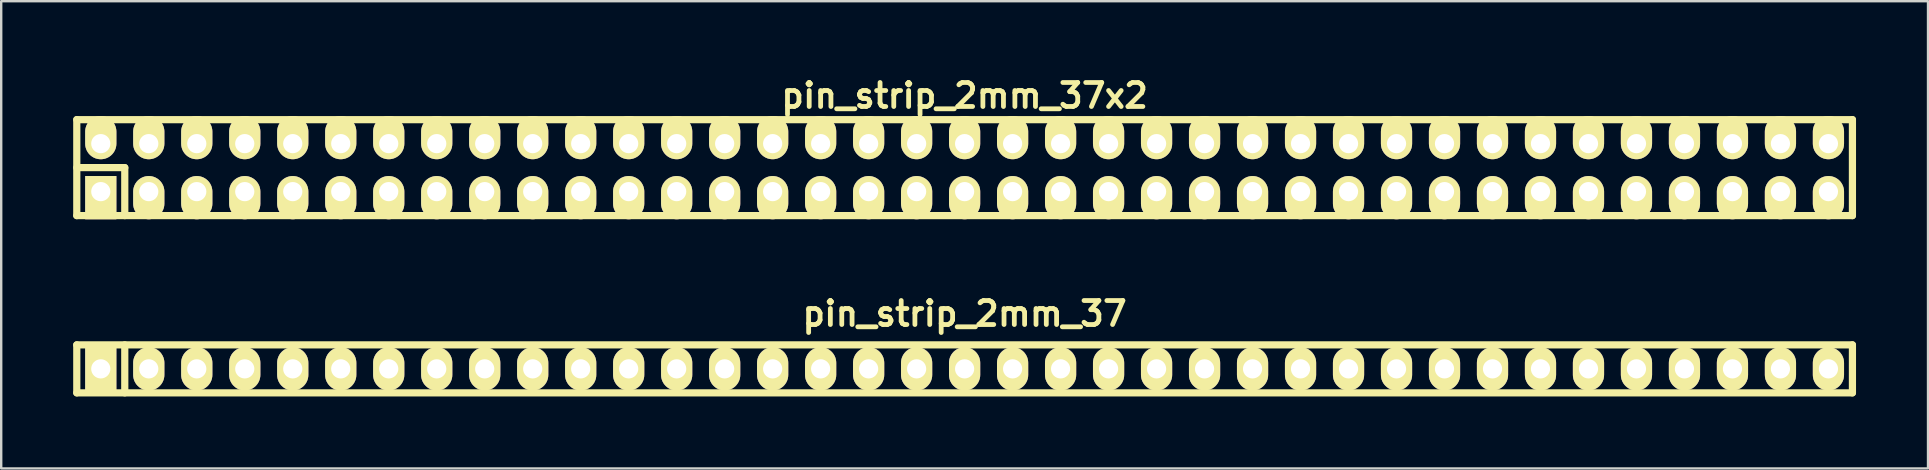
<source format=kicad_pcb>
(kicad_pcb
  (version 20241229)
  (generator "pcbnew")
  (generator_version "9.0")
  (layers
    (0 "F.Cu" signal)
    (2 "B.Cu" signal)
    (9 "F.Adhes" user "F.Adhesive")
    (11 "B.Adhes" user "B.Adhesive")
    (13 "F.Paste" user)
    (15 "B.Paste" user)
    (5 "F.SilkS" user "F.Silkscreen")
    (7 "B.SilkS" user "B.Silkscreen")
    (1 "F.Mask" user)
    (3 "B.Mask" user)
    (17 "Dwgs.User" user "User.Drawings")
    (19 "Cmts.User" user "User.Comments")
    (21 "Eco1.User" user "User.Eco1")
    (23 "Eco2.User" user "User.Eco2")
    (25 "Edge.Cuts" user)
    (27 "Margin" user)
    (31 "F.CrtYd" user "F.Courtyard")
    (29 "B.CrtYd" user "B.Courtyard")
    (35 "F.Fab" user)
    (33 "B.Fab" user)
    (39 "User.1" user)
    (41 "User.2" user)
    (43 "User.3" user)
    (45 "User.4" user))
  (footprint "pin_strip_2mm_37"
    (layer "F.Cu")
    (at 37.15 12.322)
    (property "Reference" "pin_strip_2mm_37" (at 0 -2.3 0) (layer "F.SilkS") (effects (font (size 1 1) (thickness 0.2))))
    (attr through_hole)
    (fp_line (start -37 -1) (end 37 -1) (stroke (width 0.3) (type solid)) (layer "F.SilkS"))
    (fp_line (start -37 1) (end -37 -1) (stroke (width 0.3) (type solid)) (layer "F.SilkS"))
    (fp_line (start -35 -1) (end -35 1) (stroke (width 0.3) (type solid)) (layer "F.SilkS"))
    (fp_line (start 37 -1) (end 37 1) (stroke (width 0.3) (type solid)) (layer "F.SilkS"))
    (fp_line (start 37 1) (end -37 1) (stroke (width 0.3) (type solid)) (layer "F.SilkS"))
    (pad "1" thru_hole rect (at -36 0) (size 1.3 1.8) (drill 0.8) (layers "*.Cu" "*.Mask" "F.SilkS"))
    (pad "2" thru_hole oval (at -34 0) (size 1.3 1.8) (drill 0.8) (layers "*.Cu" "*.Mask" "F.SilkS"))
    (pad "3" thru_hole oval (at -32 0) (size 1.3 1.8) (drill 0.8) (layers "*.Cu" "*.Mask" "F.SilkS"))
    (pad "4" thru_hole oval (at -30 0) (size 1.3 1.8) (drill 0.8) (layers "*.Cu" "*.Mask" "F.SilkS"))
    (pad "5" thru_hole oval (at -28 0) (size 1.3 1.8) (drill 0.8) (layers "*.Cu" "*.Mask" "F.SilkS"))
    (pad "6" thru_hole oval (at -26 0) (size 1.3 1.8) (drill 0.8) (layers "*.Cu" "*.Mask" "F.SilkS"))
    (pad "7" thru_hole oval (at -24 0) (size 1.3 1.8) (drill 0.8) (layers "*.Cu" "*.Mask" "F.SilkS"))
    (pad "8" thru_hole oval (at -22 0) (size 1.3 1.8) (drill 0.8) (layers "*.Cu" "*.Mask" "F.SilkS"))
    (pad "9" thru_hole oval (at -20 0) (size 1.3 1.8) (drill 0.8) (layers "*.Cu" "*.Mask" "F.SilkS"))
    (pad "10" thru_hole oval (at -18 0) (size 1.3 1.8) (drill 0.8) (layers "*.Cu" "*.Mask" "F.SilkS"))
    (pad "11" thru_hole oval (at -16 0) (size 1.3 1.8) (drill 0.8) (layers "*.Cu" "*.Mask" "F.SilkS"))
    (pad "12" thru_hole oval (at -14 0) (size 1.3 1.8) (drill 0.8) (layers "*.Cu" "*.Mask" "F.SilkS"))
    (pad "13" thru_hole oval (at -12 0) (size 1.3 1.8) (drill 0.8) (layers "*.Cu" "*.Mask" "F.SilkS"))
    (pad "14" thru_hole oval (at -10 0) (size 1.3 1.8) (drill 0.8) (layers "*.Cu" "*.Mask" "F.SilkS"))
    (pad "15" thru_hole oval (at -8 0) (size 1.3 1.8) (drill 0.8) (layers "*.Cu" "*.Mask" "F.SilkS"))
    (pad "16" thru_hole oval (at -6 0) (size 1.3 1.8) (drill 0.8) (layers "*.Cu" "*.Mask" "F.SilkS"))
    (pad "17" thru_hole oval (at -4 0) (size 1.3 1.8) (drill 0.8) (layers "*.Cu" "*.Mask" "F.SilkS"))
    (pad "18" thru_hole oval (at -2 0) (size 1.3 1.8) (drill 0.8) (layers "*.Cu" "*.Mask" "F.SilkS"))
    (pad "19" thru_hole oval (at 0 0) (size 1.3 1.8) (drill 0.8) (layers "*.Cu" "*.Mask" "F.SilkS"))
    (pad "20" thru_hole oval (at 2 0) (size 1.3 1.8) (drill 0.8) (layers "*.Cu" "*.Mask" "F.SilkS"))
    (pad "21" thru_hole oval (at 4 0) (size 1.3 1.8) (drill 0.8) (layers "*.Cu" "*.Mask" "F.SilkS"))
    (pad "22" thru_hole oval (at 6 0) (size 1.3 1.8) (drill 0.8) (layers "*.Cu" "*.Mask" "F.SilkS"))
    (pad "23" thru_hole oval (at 8 0) (size 1.3 1.8) (drill 0.8) (layers "*.Cu" "*.Mask" "F.SilkS"))
    (pad "24" thru_hole oval (at 10 0) (size 1.3 1.8) (drill 0.8) (layers "*.Cu" "*.Mask" "F.SilkS"))
    (pad "25" thru_hole oval (at 12 0) (size 1.3 1.8) (drill 0.8) (layers "*.Cu" "*.Mask" "F.SilkS"))
    (pad "26" thru_hole oval (at 14 0) (size 1.3 1.8) (drill 0.8) (layers "*.Cu" "*.Mask" "F.SilkS"))
    (pad "27" thru_hole oval (at 16 0) (size 1.3 1.8) (drill 0.8) (layers "*.Cu" "*.Mask" "F.SilkS"))
    (pad "28" thru_hole oval (at 18 0) (size 1.3 1.8) (drill 0.8) (layers "*.Cu" "*.Mask" "F.SilkS"))
    (pad "29" thru_hole oval (at 20 0) (size 1.3 1.8) (drill 0.8) (layers "*.Cu" "*.Mask" "F.SilkS"))
    (pad "30" thru_hole oval (at 22 0) (size 1.3 1.8) (drill 0.8) (layers "*.Cu" "*.Mask" "F.SilkS"))
    (pad "31" thru_hole oval (at 24 0) (size 1.3 1.8) (drill 0.8) (layers "*.Cu" "*.Mask" "F.SilkS"))
    (pad "32" thru_hole oval (at 26 0) (size 1.3 1.8) (drill 0.8) (layers "*.Cu" "*.Mask" "F.SilkS"))
    (pad "33" thru_hole oval (at 28 0) (size 1.3 1.8) (drill 0.8) (layers "*.Cu" "*.Mask" "F.SilkS"))
    (pad "34" thru_hole oval (at 30 0) (size 1.3 1.8) (drill 0.8) (layers "*.Cu" "*.Mask" "F.SilkS"))
    (pad "35" thru_hole oval (at 32 0) (size 1.3 1.8) (drill 0.8) (layers "*.Cu" "*.Mask" "F.SilkS"))
    (pad "36" thru_hole oval (at 34 0) (size 1.3 1.8) (drill 0.8) (layers "*.Cu" "*.Mask" "F.SilkS"))
    (pad "37" thru_hole oval (at 36 0) (size 1.3 1.8) (drill 0.8) (layers "*.Cu" "*.Mask" "F.SilkS")))
  (footprint "pin_strip_2mm_37x2"
    (layer "F.Cu")
    (at 37.15 3.936)
    (property "Reference" "pin_strip_2mm_37x2" (at 0 -3 0) (layer "F.SilkS") (effects (font (size 1 1) (thickness 0.2))))
    (attr through_hole)
    (fp_line (start -37 -2) (end 37 -2) (stroke (width 0.3) (type solid)) (layer "F.SilkS"))
    (fp_line (start -37 0) (end -35 0) (stroke (width 0.3) (type solid)) (layer "F.SilkS"))
    (fp_line (start -37 2) (end -37 -2) (stroke (width 0.3) (type solid)) (layer "F.SilkS"))
    (fp_line (start -35 0) (end -35 2) (stroke (width 0.3) (type solid)) (layer "F.SilkS"))
    (fp_line (start 37 -2) (end 37 2) (stroke (width 0.3) (type solid)) (layer "F.SilkS"))
    (fp_line (start 37 2) (end -37 2) (stroke (width 0.3) (type solid)) (layer "F.SilkS"))
    (pad "1" thru_hole rect (at -36 1) (size 1.3 1.8) (drill 0.8 (offset 0 0.25)) (layers "*.Cu" "*.Mask" "F.SilkS"))
    (pad "2" thru_hole oval (at -36 -1) (size 1.3 1.8) (drill 0.8 (offset 0 -0.25)) (layers "*.Cu" "*.Mask" "F.SilkS"))
    (pad "3" thru_hole oval (at -34 1) (size 1.3 1.8) (drill 0.8 (offset 0 0.25)) (layers "*.Cu" "*.Mask" "F.SilkS"))
    (pad "4" thru_hole oval (at -34 -1) (size 1.3 1.8) (drill 0.8 (offset 0 -0.25)) (layers "*.Cu" "*.Mask" "F.SilkS"))
    (pad "5" thru_hole oval (at -32 1) (size 1.3 1.8) (drill 0.8 (offset 0 0.25)) (layers "*.Cu" "*.Mask" "F.SilkS"))
    (pad "6" thru_hole oval (at -32 -1) (size 1.3 1.8) (drill 0.8 (offset 0 -0.25)) (layers "*.Cu" "*.Mask" "F.SilkS"))
    (pad "7" thru_hole oval (at -30 1) (size 1.3 1.8) (drill 0.8 (offset 0 0.25)) (layers "*.Cu" "*.Mask" "F.SilkS"))
    (pad "8" thru_hole oval (at -30 -1) (size 1.3 1.8) (drill 0.8 (offset 0 -0.25)) (layers "*.Cu" "*.Mask" "F.SilkS"))
    (pad "9" thru_hole oval (at -28 1) (size 1.3 1.8) (drill 0.8 (offset 0 0.25)) (layers "*.Cu" "*.Mask" "F.SilkS"))
    (pad "10" thru_hole oval (at -28 -1) (size 1.3 1.8) (drill 0.8 (offset 0 -0.25)) (layers "*.Cu" "*.Mask" "F.SilkS"))
    (pad "11" thru_hole oval (at -26 1) (size 1.3 1.8) (drill 0.8 (offset 0 0.25)) (layers "*.Cu" "*.Mask" "F.SilkS"))
    (pad "12" thru_hole oval (at -26 -1) (size 1.3 1.8) (drill 0.8 (offset 0 -0.25)) (layers "*.Cu" "*.Mask" "F.SilkS"))
    (pad "13" thru_hole oval (at -24 1) (size 1.3 1.8) (drill 0.8 (offset 0 0.25)) (layers "*.Cu" "*.Mask" "F.SilkS"))
    (pad "14" thru_hole oval (at -24 -1) (size 1.3 1.8) (drill 0.8 (offset 0 -0.25)) (layers "*.Cu" "*.Mask" "F.SilkS"))
    (pad "15" thru_hole oval (at -22 1) (size 1.3 1.8) (drill 0.8 (offset 0 0.25)) (layers "*.Cu" "*.Mask" "F.SilkS"))
    (pad "16" thru_hole oval (at -22 -1) (size 1.3 1.8) (drill 0.8 (offset 0 -0.25)) (layers "*.Cu" "*.Mask" "F.SilkS"))
    (pad "17" thru_hole oval (at -20 1) (size 1.3 1.8) (drill 0.8 (offset 0 0.25)) (layers "*.Cu" "*.Mask" "F.SilkS"))
    (pad "18" thru_hole oval (at -20 -1) (size 1.3 1.8) (drill 0.8 (offset 0 -0.25)) (layers "*.Cu" "*.Mask" "F.SilkS"))
    (pad "19" thru_hole oval (at -18 1) (size 1.3 1.8) (drill 0.8 (offset 0 0.25)) (layers "*.Cu" "*.Mask" "F.SilkS"))
    (pad "20" thru_hole oval (at -18 -1) (size 1.3 1.8) (drill 0.8 (offset 0 -0.25)) (layers "*.Cu" "*.Mask" "F.SilkS"))
    (pad "21" thru_hole oval (at -16 1) (size 1.3 1.8) (drill 0.8 (offset 0 0.25)) (layers "*.Cu" "*.Mask" "F.SilkS"))
    (pad "22" thru_hole oval (at -16 -1) (size 1.3 1.8) (drill 0.8 (offset 0 -0.25)) (layers "*.Cu" "*.Mask" "F.SilkS"))
    (pad "23" thru_hole oval (at -14 1) (size 1.3 1.8) (drill 0.8 (offset 0 0.25)) (layers "*.Cu" "*.Mask" "F.SilkS"))
    (pad "24" thru_hole oval (at -14 -1) (size 1.3 1.8) (drill 0.8 (offset 0 -0.25)) (layers "*.Cu" "*.Mask" "F.SilkS"))
    (pad "25" thru_hole oval (at -12 1) (size 1.3 1.8) (drill 0.8 (offset 0 0.25)) (layers "*.Cu" "*.Mask" "F.SilkS"))
    (pad "26" thru_hole oval (at -12 -1) (size 1.3 1.8) (drill 0.8 (offset 0 -0.25)) (layers "*.Cu" "*.Mask" "F.SilkS"))
    (pad "27" thru_hole oval (at -10 1) (size 1.3 1.8) (drill 0.8 (offset 0 0.25)) (layers "*.Cu" "*.Mask" "F.SilkS"))
    (pad "28" thru_hole oval (at -10 -1) (size 1.3 1.8) (drill 0.8 (offset 0 -0.25)) (layers "*.Cu" "*.Mask" "F.SilkS"))
    (pad "29" thru_hole oval (at -8 1) (size 1.3 1.8) (drill 0.8 (offset 0 0.25)) (layers "*.Cu" "*.Mask" "F.SilkS"))
    (pad "30" thru_hole oval (at -8 -1) (size 1.3 1.8) (drill 0.8 (offset 0 -0.25)) (layers "*.Cu" "*.Mask" "F.SilkS"))
    (pad "31" thru_hole oval (at -6 1) (size 1.3 1.8) (drill 0.8 (offset 0 0.25)) (layers "*.Cu" "*.Mask" "F.SilkS"))
    (pad "32" thru_hole oval (at -6 -1) (size 1.3 1.8) (drill 0.8 (offset 0 -0.25)) (layers "*.Cu" "*.Mask" "F.SilkS"))
    (pad "33" thru_hole oval (at -4 1) (size 1.3 1.8) (drill 0.8 (offset 0 0.25)) (layers "*.Cu" "*.Mask" "F.SilkS"))
    (pad "34" thru_hole oval (at -4 -1) (size 1.3 1.8) (drill 0.8 (offset 0 -0.25)) (layers "*.Cu" "*.Mask" "F.SilkS"))
    (pad "35" thru_hole oval (at -2 1) (size 1.3 1.8) (drill 0.8 (offset 0 0.25)) (layers "*.Cu" "*.Mask" "F.SilkS"))
    (pad "36" thru_hole oval (at -2 -1) (size 1.3 1.8) (drill 0.8 (offset 0 -0.25)) (layers "*.Cu" "*.Mask" "F.SilkS"))
    (pad "37" thru_hole oval (at 0 1) (size 1.3 1.8) (drill 0.8 (offset 0 0.25)) (layers "*.Cu" "*.Mask" "F.SilkS"))
    (pad "38" thru_hole oval (at 0 -1) (size 1.3 1.8) (drill 0.8 (offset 0 -0.25)) (layers "*.Cu" "*.Mask" "F.SilkS"))
    (pad "39" thru_hole oval (at 2 1) (size 1.3 1.8) (drill 0.8 (offset 0 0.25)) (layers "*.Cu" "*.Mask" "F.SilkS"))
    (pad "40" thru_hole oval (at 2 -1) (size 1.3 1.8) (drill 0.8 (offset 0 -0.25)) (layers "*.Cu" "*.Mask" "F.SilkS"))
    (pad "41" thru_hole oval (at 4 1) (size 1.3 1.8) (drill 0.8 (offset 0 0.25)) (layers "*.Cu" "*.Mask" "F.SilkS"))
    (pad "42" thru_hole oval (at 4 -1) (size 1.3 1.8) (drill 0.8 (offset 0 -0.25)) (layers "*.Cu" "*.Mask" "F.SilkS"))
    (pad "43" thru_hole oval (at 6 1) (size 1.3 1.8) (drill 0.8 (offset 0 0.25)) (layers "*.Cu" "*.Mask" "F.SilkS"))
    (pad "44" thru_hole oval (at 6 -1) (size 1.3 1.8) (drill 0.8 (offset 0 -0.25)) (layers "*.Cu" "*.Mask" "F.SilkS"))
    (pad "45" thru_hole oval (at 8 1) (size 1.3 1.8) (drill 0.8 (offset 0 0.25)) (layers "*.Cu" "*.Mask" "F.SilkS"))
    (pad "46" thru_hole oval (at 8 -1) (size 1.3 1.8) (drill 0.8 (offset 0 -0.25)) (layers "*.Cu" "*.Mask" "F.SilkS"))
    (pad "47" thru_hole oval (at 10 1) (size 1.3 1.8) (drill 0.8 (offset 0 0.25)) (layers "*.Cu" "*.Mask" "F.SilkS"))
    (pad "48" thru_hole oval (at 10 -1) (size 1.3 1.8) (drill 0.8 (offset 0 -0.25)) (layers "*.Cu" "*.Mask" "F.SilkS"))
    (pad "49" thru_hole oval (at 12 1) (size 1.3 1.8) (drill 0.8 (offset 0 0.25)) (layers "*.Cu" "*.Mask" "F.SilkS"))
    (pad "50" thru_hole oval (at 12 -1) (size 1.3 1.8) (drill 0.8 (offset 0 -0.25)) (layers "*.Cu" "*.Mask" "F.SilkS"))
    (pad "51" thru_hole oval (at 14 1) (size 1.3 1.8) (drill 0.8 (offset 0 0.25)) (layers "*.Cu" "*.Mask" "F.SilkS"))
    (pad "52" thru_hole oval (at 14 -1) (size 1.3 1.8) (drill 0.8 (offset 0 -0.25)) (layers "*.Cu" "*.Mask" "F.SilkS"))
    (pad "53" thru_hole oval (at 16 1) (size 1.3 1.8) (drill 0.8 (offset 0 0.25)) (layers "*.Cu" "*.Mask" "F.SilkS"))
    (pad "54" thru_hole oval (at 16 -1) (size 1.3 1.8) (drill 0.8 (offset 0 -0.25)) (layers "*.Cu" "*.Mask" "F.SilkS"))
    (pad "55" thru_hole oval (at 18 1) (size 1.3 1.8) (drill 0.8 (offset 0 0.25)) (layers "*.Cu" "*.Mask" "F.SilkS"))
    (pad "56" thru_hole oval (at 18 -1) (size 1.3 1.8) (drill 0.8 (offset 0 -0.25)) (layers "*.Cu" "*.Mask" "F.SilkS"))
    (pad "57" thru_hole oval (at 20 1) (size 1.3 1.8) (drill 0.8 (offset 0 0.25)) (layers "*.Cu" "*.Mask" "F.SilkS"))
    (pad "58" thru_hole oval (at 20 -1) (size 1.3 1.8) (drill 0.8 (offset 0 -0.25)) (layers "*.Cu" "*.Mask" "F.SilkS"))
    (pad "59" thru_hole oval (at 22 1) (size 1.3 1.8) (drill 0.8 (offset 0 0.25)) (layers "*.Cu" "*.Mask" "F.SilkS"))
    (pad "60" thru_hole oval (at 22 -1) (size 1.3 1.8) (drill 0.8 (offset 0 -0.25)) (layers "*.Cu" "*.Mask" "F.SilkS"))
    (pad "61" thru_hole oval (at 24 1) (size 1.3 1.8) (drill 0.8 (offset 0 0.25)) (layers "*.Cu" "*.Mask" "F.SilkS"))
    (pad "62" thru_hole oval (at 24 -1) (size 1.3 1.8) (drill 0.8 (offset 0 -0.25)) (layers "*.Cu" "*.Mask" "F.SilkS"))
    (pad "63" thru_hole oval (at 26 1) (size 1.3 1.8) (drill 0.8 (offset 0 0.25)) (layers "*.Cu" "*.Mask" "F.SilkS"))
    (pad "64" thru_hole oval (at 26 -1) (size 1.3 1.8) (drill 0.8 (offset 0 -0.25)) (layers "*.Cu" "*.Mask" "F.SilkS"))
    (pad "65" thru_hole oval (at 28 1) (size 1.3 1.8) (drill 0.8 (offset 0 0.25)) (layers "*.Cu" "*.Mask" "F.SilkS"))
    (pad "66" thru_hole oval (at 28 -1) (size 1.3 1.8) (drill 0.8 (offset 0 -0.25)) (layers "*.Cu" "*.Mask" "F.SilkS"))
    (pad "67" thru_hole oval (at 30 1) (size 1.3 1.8) (drill 0.8 (offset 0 0.25)) (layers "*.Cu" "*.Mask" "F.SilkS"))
    (pad "68" thru_hole oval (at 30 -1) (size 1.3 1.8) (drill 0.8 (offset 0 -0.25)) (layers "*.Cu" "*.Mask" "F.SilkS"))
    (pad "69" thru_hole oval (at 32 1) (size 1.3 1.8) (drill 0.8 (offset 0 0.25)) (layers "*.Cu" "*.Mask" "F.SilkS"))
    (pad "70" thru_hole oval (at 32 -1) (size 1.3 1.8) (drill 0.8 (offset 0 -0.25)) (layers "*.Cu" "*.Mask" "F.SilkS"))
    (pad "71" thru_hole oval (at 34 1) (size 1.3 1.8) (drill 0.8 (offset 0 0.25)) (layers "*.Cu" "*.Mask" "F.SilkS"))
    (pad "72" thru_hole oval (at 34 -1) (size 1.3 1.8) (drill 0.8 (offset 0 -0.25)) (layers "*.Cu" "*.Mask" "F.SilkS"))
    (pad "73" thru_hole oval (at 36 1) (size 1.3 1.8) (drill 0.8 (offset 0 0.25)) (layers "*.Cu" "*.Mask" "F.SilkS"))
    (pad "74" thru_hole oval (at 36 -1) (size 1.3 1.8) (drill 0.8 (offset 0 -0.25)) (layers "*.Cu" "*.Mask" "F.SilkS")))
  (gr_rect
    (start -3 -3)
    (end 77.3 16.472)
    (stroke (width 0.1) (type default))
    (fill no)
    (layer "Edge.Cuts")))
</source>
